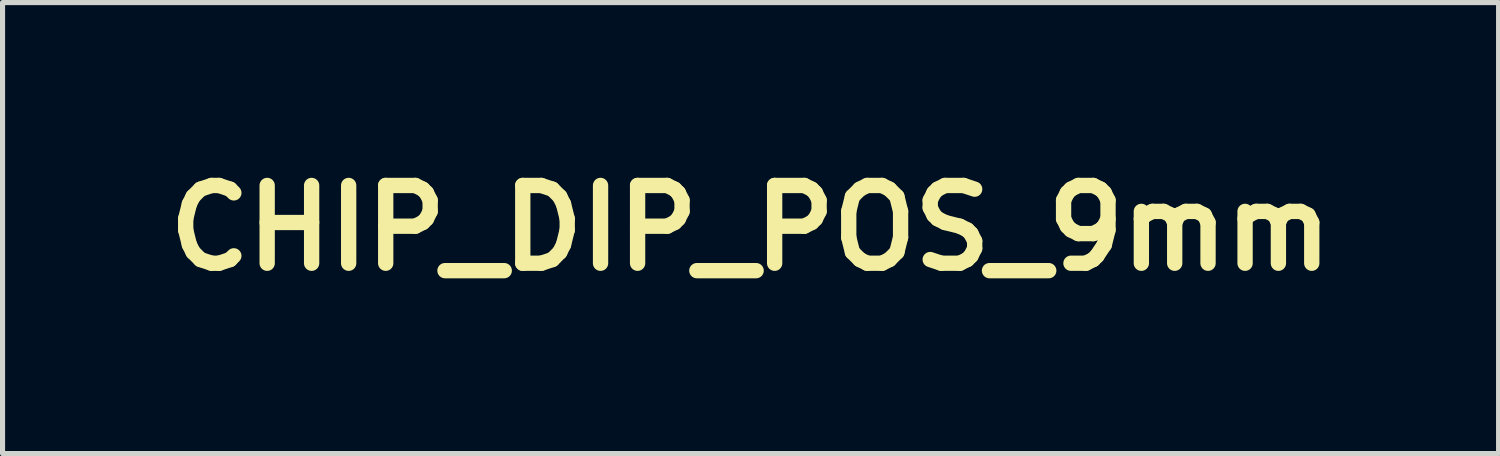
<source format=kicad_pcb>
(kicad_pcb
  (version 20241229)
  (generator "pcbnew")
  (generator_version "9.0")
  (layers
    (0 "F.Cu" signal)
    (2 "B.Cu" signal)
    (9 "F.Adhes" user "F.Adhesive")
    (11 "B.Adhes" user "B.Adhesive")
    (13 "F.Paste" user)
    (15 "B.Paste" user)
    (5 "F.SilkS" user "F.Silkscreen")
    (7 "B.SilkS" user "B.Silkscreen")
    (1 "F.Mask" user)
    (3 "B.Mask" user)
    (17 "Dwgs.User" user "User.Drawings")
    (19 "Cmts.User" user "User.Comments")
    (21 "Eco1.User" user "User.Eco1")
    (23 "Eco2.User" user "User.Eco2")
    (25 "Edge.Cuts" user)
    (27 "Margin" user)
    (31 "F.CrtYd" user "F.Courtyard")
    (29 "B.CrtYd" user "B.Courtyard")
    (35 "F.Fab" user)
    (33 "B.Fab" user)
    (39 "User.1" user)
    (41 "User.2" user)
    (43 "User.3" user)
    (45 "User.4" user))
  (footprint "CHIP_DIP_POS_9mm"
    (layer "F.Cu")
    (at 11.655 1.418)
    (property "Reference" "CHIP_DIP_POS_9mm" (at 0 0 0) (layer "F.SilkS") (effects (font (size 1.524 1.524) (thickness 0.3))))
    (attr through_hole)
    (fp_poly (pts (xy 4.063 0.161) (xy 4.114 0.161) (xy 4.182 0.161) (xy 4.233 0.162) (xy 4.271 0.164) (xy 4.295 0.167) (xy 4.307 0.17) (xy 4.308 0.171) (xy 4.311 0.183) (xy 4.314 0.209) (xy 4.316 0.245) (xy 4.318 0.29) (xy 4.319 0.339) (xy 4.319 0.39) (xy 4.318 0.439) (xy 4.317 0.485) (xy 4.315 0.523) (xy 4.312 0.55) (xy 4.308 0.565) (xy 4.308 0.566) (xy 4.298 0.569) (xy 4.277 0.572) (xy 4.243 0.574) (xy 4.195 0.575) (xy 4.131 0.576) (xy 4.11 0.576) (xy 4.049 0.576) (xy 4.002 0.575) (xy 3.968 0.574) (xy 3.944 0.573) (xy 3.928 0.571) (xy 3.918 0.567) (xy 3.911 0.563) (xy 3.907 0.559) (xy 3.902 0.551) (xy 3.898 0.541) (xy 3.895 0.526) (xy 3.893 0.502) (xy 3.892 0.469) (xy 3.892 0.423) (xy 3.891 0.367) (xy 3.891 0.305) (xy 3.891 0.257) (xy 3.893 0.22) (xy 3.9 0.195) (xy 3.913 0.177) (xy 3.933 0.167) (xy 3.964 0.162) (xy 4.007 0.16) (xy 4.063 0.161)) (stroke (width 0.01) (type solid)) (fill yes) (layer "F.Mask"))
    (fp_poly (pts (xy 2.12 -1.075) (xy 2.169 -1.075) (xy 2.204 -1.074) (xy 2.229 -1.072) (xy 2.246 -1.07) (xy 2.256 -1.066) (xy 2.261 -1.062) (xy 2.261 -1.062) (xy 2.266 -1.047) (xy 2.269 -1.02) (xy 2.271 -0.982) (xy 2.272 -0.937) (xy 2.271 -0.889) (xy 2.27 -0.841) (xy 2.267 -0.797) (xy 2.264 -0.759) (xy 2.26 -0.732) (xy 2.254 -0.718) (xy 2.248 -0.713) (xy 2.239 -0.709) (xy 2.224 -0.706) (xy 2.201 -0.704) (xy 2.169 -0.703) (xy 2.123 -0.703) (xy 2.064 -0.703) (xy 2.062 -0.703) (xy 2.002 -0.703) (xy 1.957 -0.703) (xy 1.924 -0.704) (xy 1.901 -0.706) (xy 1.886 -0.708) (xy 1.877 -0.712) (xy 1.87 -0.717) (xy 1.866 -0.721) (xy 1.86 -0.728) (xy 1.856 -0.739) (xy 1.853 -0.755) (xy 1.851 -0.78) (xy 1.849 -0.814) (xy 1.848 -0.862) (xy 1.847 -0.895) (xy 1.847 -0.957) (xy 1.847 -1.004) (xy 1.849 -1.036) (xy 1.852 -1.056) (xy 1.855 -1.063) (xy 1.861 -1.067) (xy 1.873 -1.07) (xy 1.894 -1.072) (xy 1.925 -1.074) (xy 1.967 -1.075) (xy 2.024 -1.075) (xy 2.057 -1.075) (xy 2.12 -1.075)) (stroke (width 0.01) (type solid)) (fill yes) (layer "F.Mask"))
    (fp_poly (pts (xy -1.329 -1.075) (xy -1.275 -1.074) (xy -1.237 -1.072) (xy -1.211 -1.07) (xy -1.198 -1.067) (xy -1.195 -1.065) (xy -1.191 -1.055) (xy -1.189 -1.031) (xy -1.187 -0.994) (xy -1.186 -0.942) (xy -1.185 -0.898) (xy -1.186 -0.84) (xy -1.186 -0.796) (xy -1.188 -0.765) (xy -1.191 -0.744) (xy -1.194 -0.73) (xy -1.199 -0.722) (xy -1.203 -0.715) (xy -1.21 -0.711) (xy -1.219 -0.707) (xy -1.235 -0.705) (xy -1.259 -0.704) (xy -1.293 -0.703) (xy -1.34 -0.703) (xy -1.396 -0.703) (xy -1.457 -0.703) (xy -1.503 -0.703) (xy -1.536 -0.704) (xy -1.56 -0.706) (xy -1.576 -0.708) (xy -1.586 -0.711) (xy -1.593 -0.716) (xy -1.596 -0.72) (xy -1.602 -0.728) (xy -1.606 -0.739) (xy -1.609 -0.755) (xy -1.611 -0.78) (xy -1.612 -0.816) (xy -1.613 -0.865) (xy -1.613 -0.891) (xy -1.613 -0.949) (xy -1.613 -0.991) (xy -1.612 -1.008) (xy -1.541 -1.008) (xy -1.541 -0.77) (xy -1.253 -0.77) (xy -1.253 -1.008) (xy -1.541 -1.008) (xy -1.612 -1.008) (xy -1.611 -1.021) (xy -1.609 -1.042) (xy -1.605 -1.054) (xy -1.602 -1.06) (xy -1.596 -1.065) (xy -1.587 -1.069) (xy -1.573 -1.072) (xy -1.552 -1.073) (xy -1.52 -1.074) (xy -1.477 -1.075) (xy -1.419 -1.075) (xy -1.397 -1.075) (xy -1.329 -1.075)) (stroke (width 0.01) (type solid)) (fill yes) (layer "F.Mask"))
    (fp_poly (pts (xy 2.123 -0.576) (xy 2.168 -0.575) (xy 2.201 -0.574) (xy 2.224 -0.572) (xy 2.239 -0.57) (xy 2.248 -0.566) (xy 2.254 -0.561) (xy 2.255 -0.56) (xy 2.258 -0.556) (xy 2.26 -0.549) (xy 2.262 -0.538) (xy 2.264 -0.522) (xy 2.265 -0.5) (xy 2.267 -0.47) (xy 2.267 -0.431) (xy 2.268 -0.383) (xy 2.269 -0.323) (xy 2.269 -0.25) (xy 2.269 -0.164) (xy 2.269 -0.062) (xy 2.269 0.001) (xy 2.269 0.111) (xy 2.269 0.205) (xy 2.269 0.285) (xy 2.268 0.351) (xy 2.268 0.406) (xy 2.267 0.45) (xy 2.266 0.484) (xy 2.265 0.51) (xy 2.264 0.529) (xy 2.262 0.543) (xy 2.26 0.552) (xy 2.257 0.557) (xy 2.254 0.561) (xy 2.254 0.562) (xy 2.239 0.567) (xy 2.211 0.571) (xy 2.173 0.574) (xy 2.127 0.576) (xy 2.077 0.577) (xy 2.026 0.577) (xy 1.978 0.576) (xy 1.935 0.573) (xy 1.9 0.57) (xy 1.878 0.565) (xy 1.873 0.563) (xy 1.854 0.549) (xy 1.854 0.001) (xy 1.854 -0.109) (xy 1.854 -0.204) (xy 1.854 -0.283) (xy 1.855 -0.35) (xy 1.855 -0.405) (xy 1.856 -0.449) (xy 1.857 -0.483) (xy 1.858 -0.51) (xy 1.859 -0.529) (xy 1.861 -0.543) (xy 1.863 -0.552) (xy 1.866 -0.557) (xy 1.869 -0.561) (xy 1.87 -0.562) (xy 1.877 -0.566) (xy 1.888 -0.57) (xy 1.906 -0.573) (xy 1.932 -0.574) (xy 1.968 -0.575) (xy 2.018 -0.576) (xy 2.063 -0.576) (xy 2.123 -0.576)) (stroke (width 0.01) (type solid)) (fill yes) (layer "F.Mask"))
    (fp_poly (pts (xy -1.331 -0.576) (xy -1.284 -0.575) (xy -1.25 -0.574) (xy -1.227 -0.572) (xy -1.212 -0.569) (xy -1.204 -0.565) (xy -1.202 -0.563) (xy -1.2 -0.557) (xy -1.198 -0.542) (xy -1.197 -0.518) (xy -1.196 -0.485) (xy -1.195 -0.44) (xy -1.194 -0.383) (xy -1.193 -0.314) (xy -1.193 -0.23) (xy -1.193 -0.132) (xy -1.193 -0.018) (xy -1.193 -0.003) (xy -1.194 0.108) (xy -1.194 0.203) (xy -1.194 0.284) (xy -1.195 0.351) (xy -1.196 0.406) (xy -1.196 0.451) (xy -1.197 0.486) (xy -1.199 0.512) (xy -1.2 0.532) (xy -1.202 0.545) (xy -1.205 0.554) (xy -1.207 0.559) (xy -1.208 0.561) (xy -1.214 0.566) (xy -1.224 0.57) (xy -1.238 0.572) (xy -1.261 0.574) (xy -1.293 0.575) (xy -1.338 0.576) (xy -1.397 0.576) (xy -1.457 0.576) (xy -1.502 0.575) (xy -1.535 0.574) (xy -1.559 0.572) (xy -1.574 0.569) (xy -1.584 0.565) (xy -1.591 0.561) (xy -1.594 0.558) (xy -1.597 0.554) (xy -1.6 0.547) (xy -1.602 0.538) (xy -1.604 0.524) (xy -1.605 0.504) (xy -1.606 0.476) (xy -1.607 0.441) (xy -1.608 0.396) (xy -1.608 0.339) (xy -1.609 0.271) (xy -1.609 0.19) (xy -1.609 0.093) (xy -1.609 0.000236) (xy -1.61 -0.508) (xy -1.541 -0.508) (xy -1.541 0.508) (xy -1.253 0.508) (xy -1.253 -0.508) (xy -1.541 -0.508) (xy -1.61 -0.508) (xy -1.61 -0.546) (xy -1.592 -0.561) (xy -1.584 -0.566) (xy -1.573 -0.57) (xy -1.557 -0.572) (xy -1.533 -0.574) (xy -1.499 -0.575) (xy -1.453 -0.576) (xy -1.393 -0.576) (xy -1.331 -0.576)) (stroke (width 0.01) (type solid)) (fill yes) (layer "F.Mask"))
    (fp_poly (pts (xy -0.37 -0.401) (xy -0.322 -0.401) (xy -0.282 -0.399) (xy -0.252 -0.398) (xy -0.236 -0.396) (xy -0.236 -0.396) (xy -0.203 -0.38) (xy -0.171 -0.352) (xy -0.145 -0.316) (xy -0.141 -0.31) (xy -0.136 -0.3) (xy -0.132 -0.29) (xy -0.129 -0.277) (xy -0.127 -0.26) (xy -0.125 -0.238) (xy -0.124 -0.207) (xy -0.123 -0.166) (xy -0.123 -0.114) (xy -0.123 -0.048) (xy -0.123 0.004) (xy -0.123 0.284) (xy -0.146 0.324) (xy -0.163 0.349) (xy -0.18 0.368) (xy -0.201 0.382) (xy -0.229 0.391) (xy -0.265 0.397) (xy -0.313 0.401) (xy -0.375 0.402) (xy -0.385 0.403) (xy -0.435 0.403) (xy -0.482 0.403) (xy -0.521 0.403) (xy -0.549 0.402) (xy -0.561 0.401) (xy -0.593 0.389) (xy -0.613 0.371) (xy -0.635 0.346) (xy -0.635 0.0002) (xy -0.567 0.0002) (xy -0.567 0.088) (xy -0.567 0.159) (xy -0.566 0.217) (xy -0.565 0.261) (xy -0.564 0.294) (xy -0.562 0.316) (xy -0.559 0.328) (xy -0.557 0.333) (xy -0.545 0.335) (xy -0.519 0.336) (xy -0.483 0.337) (xy -0.439 0.338) (xy -0.409 0.338) (xy -0.357 0.338) (xy -0.318 0.337) (xy -0.291 0.336) (xy -0.272 0.333) (xy -0.257 0.329) (xy -0.245 0.323) (xy -0.243 0.322) (xy -0.228 0.312) (xy -0.215 0.301) (xy -0.205 0.287) (xy -0.198 0.269) (xy -0.193 0.245) (xy -0.19 0.212) (xy -0.188 0.169) (xy -0.187 0.113) (xy -0.187 0.045) (xy -0.188 -0.009) (xy -0.189 -0.092) (xy -0.19 -0.16) (xy -0.193 -0.214) (xy -0.199 -0.256) (xy -0.208 -0.288) (xy -0.222 -0.31) (xy -0.242 -0.324) (xy -0.269 -0.333) (xy -0.303 -0.337) (xy -0.346 -0.339) (xy -0.399 -0.339) (xy -0.405 -0.339) (xy -0.452 -0.338) (xy -0.494 -0.338) (xy -0.527 -0.336) (xy -0.548 -0.335) (xy -0.554 -0.334) (xy -0.557 -0.331) (xy -0.56 -0.324) (xy -0.562 -0.312) (xy -0.564 -0.294) (xy -0.565 -0.267) (xy -0.566 -0.23) (xy -0.567 -0.181) (xy -0.567 -0.12) (xy -0.567 -0.043) (xy -0.567 0.0002) (xy -0.635 0.0002) (xy -0.635 -0.347) (xy -0.587 -0.401) (xy -0.422 -0.402) (xy -0.37 -0.401)) (stroke (width 0.01) (type solid)) (fill yes) (layer "F.Mask"))
    (fp_poly (pts (xy 1.503 -1.075) (xy 1.555 -1.074) (xy 1.593 -1.072) (xy 1.618 -1.07) (xy 1.631 -1.066) (xy 1.632 -1.065) (xy 1.634 -1.059) (xy 1.636 -1.045) (xy 1.637 -1.022) (xy 1.638 -0.99) (xy 1.639 -0.946) (xy 1.64 -0.891) (xy 1.641 -0.825) (xy 1.642 -0.745) (xy 1.642 -0.651) (xy 1.642 -0.543) (xy 1.642 -0.42) (xy 1.643 -0.28) (xy 1.643 0.516) (xy 1.623 0.537) (xy 1.615 0.545) (xy 1.603 0.552) (xy 1.587 0.558) (xy 1.564 0.563) (xy 1.533 0.568) (xy 1.492 0.574) (xy 1.438 0.579) (xy 1.37 0.585) (xy 1.333 0.588) (xy 1.216 0.596) (xy 1.096 0.599) (xy 0.976 0.599) (xy 0.862 0.594) (xy 0.76 0.586) (xy 0.754 0.585) (xy 0.701 0.578) (xy 0.656 0.57) (xy 0.622 0.563) (xy 0.604 0.556) (xy 0.582 0.547) (xy 0.566 0.542) (xy 0.564 0.542) (xy 0.551 0.535) (xy 0.531 0.519) (xy 0.508 0.495) (xy 0.485 0.468) (xy 0.464 0.441) (xy 0.45 0.418) (xy 0.444 0.405) (xy 0.438 0.382) (xy 0.43 0.366) (xy 0.43 0.366) (xy 0.424 0.351) (xy 0.42 0.321) (xy 0.416 0.278) (xy 0.412 0.225) (xy 0.41 0.163) (xy 0.409 0.094) (xy 0.408 0.021) (xy 0.408 0.013) (xy 0.834 0.013) (xy 0.835 0.093) (xy 0.837 0.157) (xy 0.841 0.209) (xy 0.847 0.249) (xy 0.856 0.279) (xy 0.869 0.301) (xy 0.885 0.317) (xy 0.905 0.329) (xy 0.914 0.333) (xy 0.927 0.334) (xy 0.953 0.336) (xy 0.99 0.337) (xy 1.034 0.338) (xy 1.069 0.338) (xy 1.121 0.338) (xy 1.159 0.338) (xy 1.185 0.337) (xy 1.201 0.334) (xy 1.211 0.331) (xy 1.217 0.326) (xy 1.219 0.322) (xy 1.221 0.311) (xy 1.222 0.284) (xy 1.224 0.246) (xy 1.225 0.197) (xy 1.226 0.141) (xy 1.227 0.08) (xy 1.228 0.015) (xy 1.228 -0.049) (xy 1.228 -0.112) (xy 1.227 -0.171) (xy 1.227 -0.223) (xy 1.226 -0.267) (xy 1.224 -0.299) (xy 1.223 -0.317) (xy 1.222 -0.32) (xy 1.22 -0.326) (xy 1.216 -0.331) (xy 1.207 -0.335) (xy 1.191 -0.337) (xy 1.167 -0.338) (xy 1.13 -0.339) (xy 1.08 -0.339) (xy 1.068 -0.339) (xy 1.014 -0.339) (xy 0.974 -0.338) (xy 0.946 -0.337) (xy 0.926 -0.335) (xy 0.911 -0.331) (xy 0.9 -0.325) (xy 0.888 -0.318) (xy 0.872 -0.306) (xy 0.862 -0.293) (xy 0.855 -0.275) (xy 0.849 -0.246) (xy 0.846 -0.231) (xy 0.841 -0.19) (xy 0.837 -0.133) (xy 0.835 -0.062) (xy 0.834 0.013) (xy 0.408 0.013) (xy 0.409 -0.055) (xy 0.41 -0.075) (xy 0.411 -0.141) (xy 0.413 -0.192) (xy 0.415 -0.232) (xy 0.417 -0.263) (xy 0.421 -0.289) (xy 0.425 -0.312) (xy 0.431 -0.335) (xy 0.438 -0.358) (xy 0.451 -0.398) (xy 0.463 -0.426) (xy 0.478 -0.449) (xy 0.498 -0.472) (xy 0.504 -0.479) (xy 0.536 -0.509) (xy 0.57 -0.533) (xy 0.607 -0.551) (xy 0.651 -0.565) (xy 0.705 -0.576) (xy 0.772 -0.586) (xy 0.796 -0.588) (xy 0.933 -0.599) (xy 1.072 -0.6) (xy 1.079 -0.6) (xy 1.223 -0.597) (xy 1.224 -0.823) (xy 1.224 -0.894) (xy 1.225 -0.951) (xy 1.226 -0.994) (xy 1.228 -1.025) (xy 1.23 -1.046) (xy 1.233 -1.058) (xy 1.235 -1.062) (xy 1.241 -1.066) (xy 1.251 -1.07) (xy 1.268 -1.072) (xy 1.293 -1.074) (xy 1.329 -1.075) (xy 1.377 -1.075) (xy 1.434 -1.075) (xy 1.503 -1.075)) (stroke (width 0.01) (type solid)) (fill yes) (layer "F.Mask"))
    (fp_poly (pts (xy 3.179 -0.595) (xy 3.257 -0.592) (xy 3.327 -0.587) (xy 3.389 -0.581) (xy 3.44 -0.574) (xy 3.477 -0.565) (xy 3.495 -0.558) (xy 3.516 -0.547) (xy 3.531 -0.542) (xy 3.532 -0.542) (xy 3.547 -0.536) (xy 3.569 -0.52) (xy 3.594 -0.497) (xy 3.619 -0.47) (xy 3.64 -0.444) (xy 3.645 -0.436) (xy 3.665 -0.398) (xy 3.679 -0.356) (xy 3.682 -0.344) (xy 3.688 -0.316) (xy 3.693 -0.295) (xy 3.696 -0.287) (xy 3.699 -0.274) (xy 3.702 -0.246) (xy 3.705 -0.207) (xy 3.707 -0.159) (xy 3.709 -0.105) (xy 3.71 -0.048) (xy 3.711 0.009) (xy 3.711 0.065) (xy 3.71 0.116) (xy 3.708 0.155) (xy 3.702 0.245) (xy 3.693 0.319) (xy 3.681 0.377) (xy 3.666 0.418) (xy 3.657 0.434) (xy 3.646 0.452) (xy 3.641 0.464) (xy 3.641 0.465) (xy 3.634 0.476) (xy 3.616 0.493) (xy 3.59 0.512) (xy 3.56 0.532) (xy 3.53 0.548) (xy 3.522 0.552) (xy 3.479 0.567) (xy 3.42 0.579) (xy 3.345 0.588) (xy 3.255 0.593) (xy 3.148 0.596) (xy 3.084 0.597) (xy 2.896 0.597) (xy 2.896 0.826) (xy 2.895 0.901) (xy 2.895 0.96) (xy 2.893 1.005) (xy 2.891 1.037) (xy 2.889 1.056) (xy 2.885 1.065) (xy 2.885 1.065) (xy 2.873 1.069) (xy 2.847 1.072) (xy 2.81 1.074) (xy 2.766 1.076) (xy 2.716 1.076) (xy 2.665 1.076) (xy 2.614 1.075) (xy 2.568 1.074) (xy 2.529 1.071) (xy 2.499 1.068) (xy 2.483 1.064) (xy 2.481 1.063) (xy 2.479 1.057) (xy 2.478 1.042) (xy 2.476 1.018) (xy 2.475 0.984) (xy 2.474 0.939) (xy 2.473 0.883) (xy 2.473 0.815) (xy 2.472 0.733) (xy 2.472 0.637) (xy 2.472 0.527) (xy 2.472 0.402) (xy 2.472 0.265) (xy 2.472 -0.001) (xy 2.896 -0.001) (xy 2.896 0.072) (xy 2.896 0.14) (xy 2.897 0.2) (xy 2.898 0.252) (xy 2.899 0.292) (xy 2.9 0.319) (xy 2.901 0.332) (xy 2.901 0.333) (xy 2.911 0.335) (xy 2.935 0.337) (xy 2.97 0.338) (xy 3.013 0.339) (xy 3.046 0.339) (xy 3.099 0.338) (xy 3.138 0.338) (xy 3.167 0.336) (xy 3.188 0.333) (xy 3.204 0.328) (xy 3.216 0.322) (xy 3.231 0.314) (xy 3.243 0.305) (xy 3.253 0.293) (xy 3.26 0.277) (xy 3.265 0.255) (xy 3.268 0.224) (xy 3.271 0.184) (xy 3.272 0.132) (xy 3.272 0.066) (xy 3.272 -0.004) (xy 3.272 -0.077) (xy 3.272 -0.135) (xy 3.271 -0.18) (xy 3.27 -0.214) (xy 3.269 -0.239) (xy 3.267 -0.257) (xy 3.263 -0.269) (xy 3.26 -0.279) (xy 3.256 -0.285) (xy 3.243 -0.304) (xy 3.226 -0.318) (xy 3.205 -0.327) (xy 3.175 -0.334) (xy 3.135 -0.337) (xy 3.081 -0.339) (xy 3.053 -0.339) (xy 3.007 -0.338) (xy 2.966 -0.337) (xy 2.934 -0.336) (xy 2.914 -0.334) (xy 2.909 -0.334) (xy 2.906 -0.331) (xy 2.903 -0.324) (xy 2.901 -0.312) (xy 2.899 -0.294) (xy 2.898 -0.267) (xy 2.897 -0.23) (xy 2.896 -0.181) (xy 2.896 -0.119) (xy 2.896 -0.043) (xy 2.896 -0.001) (xy 2.472 -0.001) (xy 2.472 -0.521) (xy 2.497 -0.543) (xy 2.516 -0.557) (xy 2.54 -0.565) (xy 2.573 -0.57) (xy 2.575 -0.57) (xy 2.603 -0.573) (xy 2.643 -0.576) (xy 2.691 -0.58) (xy 2.742 -0.584) (xy 2.76 -0.586) (xy 2.841 -0.591) (xy 2.925 -0.595) (xy 3.011 -0.597) (xy 3.096 -0.597) (xy 3.179 -0.595)) (stroke (width 0.01) (type solid)) (fill yes) (layer "F.Mask"))
    (fp_poly (pts (xy -0.389 -0.599) (xy -0.334 -0.598) (xy -0.238 -0.595) (xy -0.156 -0.59) (xy -0.088 -0.584) (xy -0.031 -0.575) (xy 0.016 -0.563) (xy 0.056 -0.548) (xy 0.09 -0.53) (xy 0.121 -0.508) (xy 0.138 -0.492) (xy 0.166 -0.461) (xy 0.19 -0.425) (xy 0.209 -0.384) (xy 0.223 -0.335) (xy 0.234 -0.276) (xy 0.242 -0.206) (xy 0.247 -0.124) (xy 0.249 -0.027) (xy 0.249 0.008) (xy 0.248 0.113) (xy 0.245 0.203) (xy 0.238 0.279) (xy 0.227 0.342) (xy 0.213 0.395) (xy 0.193 0.439) (xy 0.168 0.475) (xy 0.137 0.505) (xy 0.1 0.531) (xy 0.059 0.553) (xy 0.021 0.566) (xy -0.032 0.577) (xy -0.096 0.586) (xy -0.171 0.594) (xy -0.252 0.598) (xy -0.339 0.6) (xy -0.412 0.6) (xy -0.567 0.596) (xy -0.567 0.826) (xy -0.568 0.901) (xy -0.568 0.96) (xy -0.57 1.005) (xy -0.571 1.037) (xy -0.574 1.056) (xy -0.577 1.065) (xy -0.577 1.065) (xy -0.589 1.069) (xy -0.615 1.071) (xy -0.652 1.074) (xy -0.696 1.075) (xy -0.746 1.076) (xy -0.797 1.076) (xy -0.847 1.075) (xy -0.894 1.074) (xy -0.933 1.072) (xy -0.962 1.069) (xy -0.979 1.066) (xy -0.98 1.065) (xy -0.982 1.059) (xy -0.984 1.045) (xy -0.985 1.022) (xy -0.986 0.99) (xy -0.988 0.946) (xy -0.988 0.892) (xy -0.989 0.825) (xy -0.99 0.745) (xy -0.99 0.652) (xy -0.99 0.544) (xy -0.991 0.42) (xy -0.991 0.281) (xy -0.991 0.266) (xy -0.991 0.264) (xy -0.931 0.264) (xy -0.931 1.008) (xy -0.635 1.008) (xy -0.635 0.789) (xy -0.635 0.722) (xy -0.635 0.67) (xy -0.634 0.631) (xy -0.633 0.602) (xy -0.631 0.582) (xy -0.628 0.568) (xy -0.625 0.558) (xy -0.62 0.55) (xy -0.617 0.546) (xy -0.598 0.523) (xy -0.521 0.53) (xy -0.456 0.535) (xy -0.385 0.536) (xy -0.31 0.535) (xy -0.234 0.531) (xy -0.161 0.525) (xy -0.094 0.516) (xy -0.035 0.507) (xy 0.012 0.495) (xy 0.038 0.486) (xy 0.075 0.465) (xy 0.105 0.441) (xy 0.127 0.411) (xy 0.145 0.371) (xy 0.159 0.319) (xy 0.17 0.26) (xy 0.176 0.22) (xy 0.181 0.183) (xy 0.183 0.145) (xy 0.185 0.102) (xy 0.185 0.051) (xy 0.184 -0.014) (xy 0.184 -0.017) (xy 0.18 -0.12) (xy 0.174 -0.208) (xy 0.164 -0.281) (xy 0.149 -0.342) (xy 0.129 -0.391) (xy 0.103 -0.43) (xy 0.069 -0.461) (xy 0.028 -0.484) (xy -0.023 -0.5) (xy -0.083 -0.513) (xy -0.141 -0.52) (xy -0.216 -0.528) (xy -0.277 -0.533) (xy -0.329 -0.537) (xy -0.375 -0.539) (xy -0.418 -0.539) (xy -0.462 -0.537) (xy -0.512 -0.534) (xy -0.555 -0.53) (xy -0.613 -0.525) (xy -0.675 -0.52) (xy -0.734 -0.515) (xy -0.784 -0.511) (xy -0.807 -0.509) (xy -0.847 -0.505) (xy -0.882 -0.5) (xy -0.907 -0.495) (xy -0.919 -0.491) (xy -0.921 -0.487) (xy -0.923 -0.48) (xy -0.925 -0.467) (xy -0.926 -0.449) (xy -0.927 -0.424) (xy -0.928 -0.391) (xy -0.929 -0.348) (xy -0.93 -0.296) (xy -0.93 -0.233) (xy -0.931 -0.158) (xy -0.931 -0.069) (xy -0.931 0.033) (xy -0.931 0.15) (xy -0.931 0.264) (xy -0.991 0.264) (xy -0.991 -0.522) (xy -0.972 -0.54) (xy -0.943 -0.557) (xy -0.901 -0.569) (xy -0.849 -0.575) (xy -0.824 -0.576) (xy -0.797 -0.577) (xy -0.757 -0.579) (xy -0.71 -0.583) (xy -0.661 -0.588) (xy -0.647 -0.589) (xy -0.587 -0.595) (xy -0.527 -0.598) (xy -0.463 -0.6) (xy -0.389 -0.599)) (stroke (width 0.01) (type solid)) (fill yes) (layer "F.Mask"))
    (fp_poly (pts (xy -2.753 -1.076) (xy -2.706 -1.075) (xy -2.667 -1.073) (xy -2.637 -1.07) (xy -2.62 -1.066) (xy -2.618 -1.065) (xy -2.615 -1.056) (xy -2.612 -1.037) (xy -2.61 -1.006) (xy -2.609 -0.961) (xy -2.608 -0.902) (xy -2.608 -0.827) (xy -2.608 -0.596) (xy -2.452 -0.6) (xy -2.352 -0.6) (xy -2.259 -0.597) (xy -2.176 -0.59) (xy -2.102 -0.58) (xy -2.042 -0.567) (xy -1.996 -0.551) (xy -1.994 -0.55) (xy -1.934 -0.513) (xy -1.885 -0.465) (xy -1.85 -0.407) (xy -1.841 -0.385) (xy -1.821 -0.326) (xy -1.821 0.111) (xy -1.82 0.208) (xy -1.821 0.29) (xy -1.821 0.358) (xy -1.821 0.413) (xy -1.822 0.457) (xy -1.823 0.49) (xy -1.824 0.515) (xy -1.826 0.534) (xy -1.828 0.546) (xy -1.83 0.554) (xy -1.833 0.559) (xy -1.836 0.562) (xy -1.843 0.566) (xy -1.854 0.57) (xy -1.872 0.573) (xy -1.898 0.574) (xy -1.934 0.575) (xy -1.984 0.576) (xy -2.029 0.576) (xy -2.089 0.576) (xy -2.134 0.575) (xy -2.167 0.574) (xy -2.19 0.572) (xy -2.205 0.57) (xy -2.214 0.566) (xy -2.22 0.561) (xy -2.221 0.56) (xy -2.224 0.555) (xy -2.227 0.547) (xy -2.229 0.535) (xy -2.231 0.517) (xy -2.233 0.492) (xy -2.234 0.458) (xy -2.234 0.413) (xy -2.235 0.357) (xy -2.235 0.288) (xy -2.235 0.204) (xy -2.235 0.15) (xy -2.235 0.053) (xy -2.235 -0.029) (xy -2.236 -0.097) (xy -2.237 -0.152) (xy -2.239 -0.196) (xy -2.241 -0.231) (xy -2.245 -0.257) (xy -2.25 -0.277) (xy -2.256 -0.291) (xy -2.264 -0.302) (xy -2.274 -0.31) (xy -2.286 -0.318) (xy -2.292 -0.322) (xy -2.305 -0.328) (xy -2.32 -0.333) (xy -2.34 -0.336) (xy -2.368 -0.338) (xy -2.408 -0.339) (xy -2.451 -0.339) (xy -2.497 -0.338) (xy -2.538 -0.337) (xy -2.57 -0.336) (xy -2.59 -0.334) (xy -2.594 -0.334) (xy -2.597 -0.331) (xy -2.6 -0.325) (xy -2.602 -0.314) (xy -2.604 -0.297) (xy -2.605 -0.273) (xy -2.606 -0.24) (xy -2.607 -0.197) (xy -2.607 -0.142) (xy -2.608 -0.074) (xy -2.608 0.008) (xy -2.608 0.106) (xy -2.608 0.541) (xy -2.63 0.558) (xy -2.639 0.564) (xy -2.649 0.569) (xy -2.663 0.572) (xy -2.683 0.574) (xy -2.712 0.575) (xy -2.753 0.576) (xy -2.808 0.576) (xy -2.824 0.576) (xy -2.883 0.576) (xy -2.927 0.575) (xy -2.96 0.574) (xy -2.982 0.572) (xy -2.998 0.569) (xy -3.008 0.565) (xy -3.013 0.561) (xy -3.031 0.546) (xy -3.032 -0.253) (xy -3.032 -0.395) (xy -3.031 -0.522) (xy -3.031 -0.633) (xy -3.031 -0.73) (xy -3.03 -0.813) (xy -3.03 -0.882) (xy -3.029 -0.939) (xy -3.028 -0.984) (xy -3.027 -1.008) (xy -2.972 -1.008) (xy -2.972 0.508) (xy -2.675 0.508) (xy -2.675 -0.347) (xy -2.651 -0.374) (xy -2.627 -0.401) (xy -2.467 -0.401) (xy -2.415 -0.401) (xy -2.368 -0.401) (xy -2.328 -0.399) (xy -2.299 -0.398) (xy -2.284 -0.396) (xy -2.257 -0.382) (xy -2.227 -0.359) (xy -2.201 -0.331) (xy -2.187 -0.311) (xy -2.183 -0.303) (xy -2.18 -0.293) (xy -2.178 -0.28) (xy -2.176 -0.262) (xy -2.174 -0.236) (xy -2.173 -0.203) (xy -2.172 -0.16) (xy -2.171 -0.105) (xy -2.17 -0.038) (xy -2.17 0.044) (xy -2.169 0.112) (xy -2.167 0.508) (xy -1.878 0.508) (xy -1.881 0.099) (xy -1.884 -0.309) (xy -1.905 -0.356) (xy -1.928 -0.402) (xy -1.952 -0.436) (xy -1.982 -0.462) (xy -2.014 -0.481) (xy -2.039 -0.493) (xy -2.063 -0.502) (xy -2.093 -0.509) (xy -2.131 -0.515) (xy -2.173 -0.521) (xy -2.327 -0.533) (xy -2.47 -0.535) (xy -2.546 -0.531) (xy -2.585 -0.528) (xy -2.611 -0.527) (xy -2.628 -0.528) (xy -2.639 -0.532) (xy -2.649 -0.54) (xy -2.654 -0.545) (xy -2.675 -0.566) (xy -2.675 -1.008) (xy -2.972 -1.008) (xy -3.027 -1.008) (xy -3.027 -1.019) (xy -3.025 -1.043) (xy -3.024 -1.057) (xy -3.022 -1.063) (xy -3.011 -1.067) (xy -2.985 -1.07) (xy -2.949 -1.073) (xy -2.904 -1.075) (xy -2.855 -1.076) (xy -2.803 -1.076) (xy -2.753 -1.076)) (stroke (width 0.01) (type solid)) (fill yes) (layer "F.Mask"))
    (fp_poly (pts (xy -3.606 -0.6) (xy -3.538 -0.594) (xy -3.522 -0.592) (xy -3.488 -0.588) (xy -3.443 -0.584) (xy -3.393 -0.579) (xy -3.349 -0.576) (xy -3.303 -0.572) (xy -3.272 -0.569) (xy -3.251 -0.565) (xy -3.237 -0.56) (xy -3.226 -0.553) (xy -3.216 -0.543) (xy -3.215 -0.542) (xy -3.204 -0.529) (xy -3.197 -0.516) (xy -3.194 -0.498) (xy -3.192 -0.473) (xy -3.192 -0.436) (xy -3.192 -0.398) (xy -3.194 -0.372) (xy -3.198 -0.355) (xy -3.205 -0.342) (xy -3.212 -0.334) (xy -3.231 -0.311) (xy -3.303 -0.323) (xy -3.346 -0.328) (xy -3.406 -0.331) (xy -3.482 -0.334) (xy -3.574 -0.334) (xy -3.577 -0.334) (xy -3.642 -0.334) (xy -3.691 -0.334) (xy -3.729 -0.333) (xy -3.756 -0.332) (xy -3.776 -0.329) (xy -3.79 -0.326) (xy -3.801 -0.322) (xy -3.81 -0.317) (xy -3.834 -0.298) (xy -3.855 -0.273) (xy -3.856 -0.271) (xy -3.861 -0.261) (xy -3.865 -0.251) (xy -3.868 -0.237) (xy -3.87 -0.219) (xy -3.872 -0.193) (xy -3.873 -0.157) (xy -3.873 -0.111) (xy -3.873 -0.051) (xy -3.873 0.004) (xy -3.873 0.082) (xy -3.873 0.144) (xy -3.871 0.193) (xy -3.869 0.231) (xy -3.864 0.259) (xy -3.858 0.279) (xy -3.849 0.293) (xy -3.838 0.303) (xy -3.823 0.31) (xy -3.804 0.317) (xy -3.768 0.325) (xy -3.718 0.332) (xy -3.658 0.335) (xy -3.59 0.337) (xy -3.518 0.336) (xy -3.444 0.332) (xy -3.412 0.329) (xy -3.344 0.324) (xy -3.291 0.32) (xy -3.251 0.319) (xy -3.222 0.32) (xy -3.202 0.323) (xy -3.19 0.329) (xy -3.188 0.33) (xy -3.182 0.338) (xy -3.178 0.352) (xy -3.176 0.375) (xy -3.176 0.41) (xy -3.177 0.435) (xy -3.179 0.529) (xy -3.207 0.547) (xy -3.235 0.56) (xy -3.269 0.569) (xy -3.279 0.571) (xy -3.367 0.579) (xy -3.441 0.586) (xy -3.503 0.592) (xy -3.557 0.596) (xy -3.605 0.598) (xy -3.651 0.6) (xy -3.696 0.6) (xy -3.734 0.6) (xy -3.807 0.599) (xy -3.88 0.595) (xy -3.946 0.59) (xy -3.988 0.585) (xy -4.032 0.578) (xy -4.073 0.57) (xy -4.107 0.561) (xy -4.128 0.554) (xy -4.152 0.54) (xy -4.179 0.522) (xy -4.205 0.502) (xy -4.227 0.483) (xy -4.24 0.469) (xy -4.242 0.463) (xy -4.247 0.45) (xy -4.254 0.44) (xy -4.261 0.427) (xy -4.271 0.401) (xy -4.281 0.366) (xy -4.292 0.326) (xy -4.292 0.326) (xy -4.3 0.294) (xy -4.306 0.267) (xy -4.311 0.242) (xy -4.314 0.216) (xy -4.316 0.186) (xy -4.317 0.15) (xy -4.318 0.104) (xy -4.318 0.045) (xy -4.318 0.017) (xy -4.246 0.017) (xy -4.246 0.084) (xy -4.245 0.137) (xy -4.244 0.179) (xy -4.241 0.214) (xy -4.238 0.244) (xy -4.233 0.272) (xy -4.228 0.298) (xy -4.214 0.354) (xy -4.198 0.397) (xy -4.178 0.43) (xy -4.151 0.456) (xy -4.116 0.479) (xy -4.101 0.487) (xy -4.088 0.493) (xy -4.073 0.499) (xy -4.055 0.504) (xy -4.032 0.508) (xy -4.002 0.513) (xy -3.963 0.518) (xy -3.913 0.524) (xy -3.849 0.531) (xy -3.793 0.536) (xy -3.749 0.539) (xy -3.704 0.54) (xy -3.654 0.538) (xy -3.592 0.533) (xy -3.559 0.53) (xy -3.507 0.525) (xy -3.452 0.52) (xy -3.401 0.515) (xy -3.36 0.512) (xy -3.313 0.508) (xy -3.28 0.503) (xy -3.259 0.495) (xy -3.247 0.483) (xy -3.242 0.466) (xy -3.241 0.44) (xy -3.241 0.438) (xy -3.241 0.411) (xy -3.243 0.391) (xy -3.244 0.385) (xy -3.254 0.385) (xy -3.275 0.386) (xy -3.302 0.39) (xy -3.326 0.392) (xy -3.364 0.394) (xy -3.412 0.396) (xy -3.469 0.397) (xy -3.529 0.398) (xy -3.569 0.398) (xy -3.646 0.398) (xy -3.708 0.396) (xy -3.758 0.394) (xy -3.796 0.39) (xy -3.826 0.385) (xy -3.85 0.377) (xy -3.869 0.366) (xy -3.885 0.352) (xy -3.897 0.339) (xy -3.908 0.326) (xy -3.917 0.312) (xy -3.924 0.296) (xy -3.929 0.274) (xy -3.933 0.247) (xy -3.935 0.211) (xy -3.936 0.165) (xy -3.937 0.108) (xy -3.937 0.037) (xy -3.936 -0.044) (xy -3.933 -0.286) (xy -3.907 -0.323) (xy -3.871 -0.361) (xy -3.84 -0.38) (xy -3.826 -0.387) (xy -3.813 -0.391) (xy -3.798 -0.395) (xy -3.779 -0.398) (xy -3.754 -0.399) (xy -3.719 -0.4) (xy -3.674 -0.401) (xy -3.615 -0.401) (xy -3.586 -0.401) (xy -3.524 -0.401) (xy -3.464 -0.4) (xy -3.41 -0.399) (xy -3.364 -0.397) (xy -3.331 -0.396) (xy -3.317 -0.395) (xy -3.26 -0.388) (xy -3.26 -0.499) (xy -3.287 -0.504) (xy -3.306 -0.506) (xy -3.338 -0.509) (xy -3.377 -0.513) (xy -3.421 -0.516) (xy -3.425 -0.516) (xy -3.48 -0.521) (xy -3.542 -0.526) (xy -3.602 -0.531) (xy -3.639 -0.534) (xy -3.677 -0.538) (xy -3.711 -0.54) (xy -3.743 -0.54) (xy -3.779 -0.539) (xy -3.819 -0.536) (xy -3.868 -0.53) (xy -3.928 -0.523) (xy -3.981 -0.516) (xy -4.053 -0.5) (xy -4.113 -0.472) (xy -4.161 -0.432) (xy -4.194 -0.385) (xy -4.202 -0.366) (xy -4.211 -0.336) (xy -4.221 -0.298) (xy -4.227 -0.271) (xy -4.233 -0.239) (xy -4.238 -0.21) (xy -4.241 -0.179) (xy -4.244 -0.143) (xy -4.245 -0.1) (xy -4.246 -0.046) (xy -4.246 0.017) (xy -4.318 0.017) (xy -4.318 0.012) (xy -4.318 -0.062) (xy -4.317 -0.121) (xy -4.315 -0.166) (xy -4.313 -0.199) (xy -4.31 -0.222) (xy -4.307 -0.234) (xy -4.299 -0.26) (xy -4.291 -0.294) (xy -4.284 -0.326) (xy -4.264 -0.397) (xy -4.232 -0.457) (xy -4.186 -0.507) (xy -4.128 -0.546) (xy -4.091 -0.56) (xy -4.041 -0.573) (xy -3.98 -0.583) (xy -3.91 -0.592) (xy -3.835 -0.598) (xy -3.757 -0.601) (xy -3.68 -0.602) (xy -3.606 -0.6)) (stroke (width 0.01) (type solid)) (fill yes) (layer "F.Mask")))
  (gr_rect
    (start -3 -3)
    (end 26.31 5.836)
    (stroke (width 0.1) (type default))
    (fill no)
    (layer "Edge.Cuts")))
</source>
